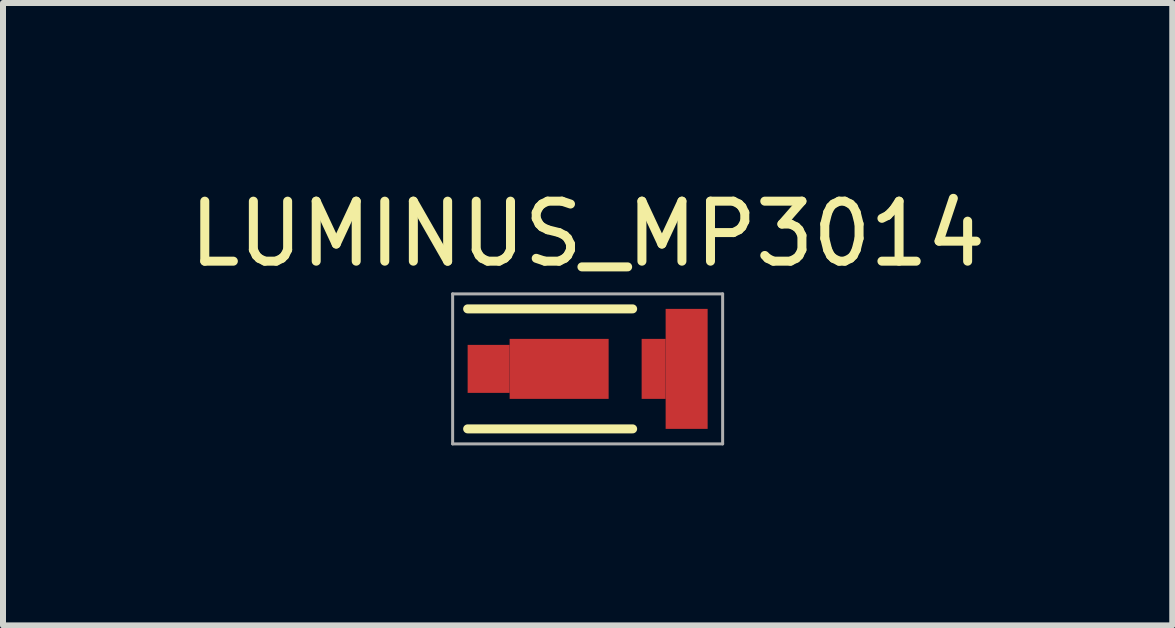
<source format=kicad_pcb>
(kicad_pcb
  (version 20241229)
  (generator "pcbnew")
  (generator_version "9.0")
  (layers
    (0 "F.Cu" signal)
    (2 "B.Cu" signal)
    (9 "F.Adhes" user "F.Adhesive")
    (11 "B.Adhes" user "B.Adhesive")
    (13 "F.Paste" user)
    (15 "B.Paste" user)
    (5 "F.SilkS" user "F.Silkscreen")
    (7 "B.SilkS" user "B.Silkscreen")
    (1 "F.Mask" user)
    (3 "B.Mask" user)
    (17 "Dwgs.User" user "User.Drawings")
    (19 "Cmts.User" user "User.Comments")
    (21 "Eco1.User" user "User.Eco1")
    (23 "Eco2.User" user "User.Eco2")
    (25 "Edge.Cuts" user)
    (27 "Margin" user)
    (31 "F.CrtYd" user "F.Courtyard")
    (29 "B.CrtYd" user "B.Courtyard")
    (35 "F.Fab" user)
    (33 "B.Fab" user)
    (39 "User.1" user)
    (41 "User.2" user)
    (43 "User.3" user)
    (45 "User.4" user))
  (footprint "LUMINUS_MP3014"
    (layer "F.Cu")
    (at 6.744 3.098)
    (property "Reference" "LUMINUS_MP3014" (at 0 -2.25 0) (layer "F.SilkS") (effects (font (size 1 1) (thickness 0.15))))
    (attr smd)
    (fp_line (start -2 -1) (end 0.75 -1) (stroke (width 0.15) (type solid)) (layer "F.SilkS"))
    (fp_line (start -2 1) (end 0.75 1) (stroke (width 0.15) (type solid)) (layer "F.SilkS"))
    (fp_line (start -2.25 -1.25) (end 2.25 -1.25) (stroke (width 0.05) (type solid)) (layer "F.Fab"))
    (fp_line (start -2.25 1.25) (end -2.25 -1.25) (stroke (width 0.05) (type solid)) (layer "F.Fab"))
    (fp_line (start 2.25 -1.25) (end 2.25 1.25) (stroke (width 0.05) (type solid)) (layer "F.Fab"))
    (fp_line (start 2.25 1.25) (end -2.25 1.25) (stroke (width 0.05) (type solid)) (layer "F.Fab"))
    (pad "1" smd rect (at -1.65 0) (size 0.7 0.8) (layers "F.Cu" "F.Mask" "F.Paste"))
    (pad "1" smd rect (at -0.475 0) (size 1.65 1) (layers "F.Cu" "F.Mask" "F.Paste"))
    (pad "2" smd rect (at 1.1 0) (size 0.4 1) (layers "F.Cu" "F.Mask" "F.Paste"))
    (pad "2" smd rect (at 1.65 0) (size 0.7 2) (layers "F.Cu" "F.Mask" "F.Paste")))
  (gr_rect
    (start -3 -3)
    (end 16.488 7.373)
    (stroke (width 0.1) (type default))
    (fill no)
    (layer "Edge.Cuts")))
</source>
